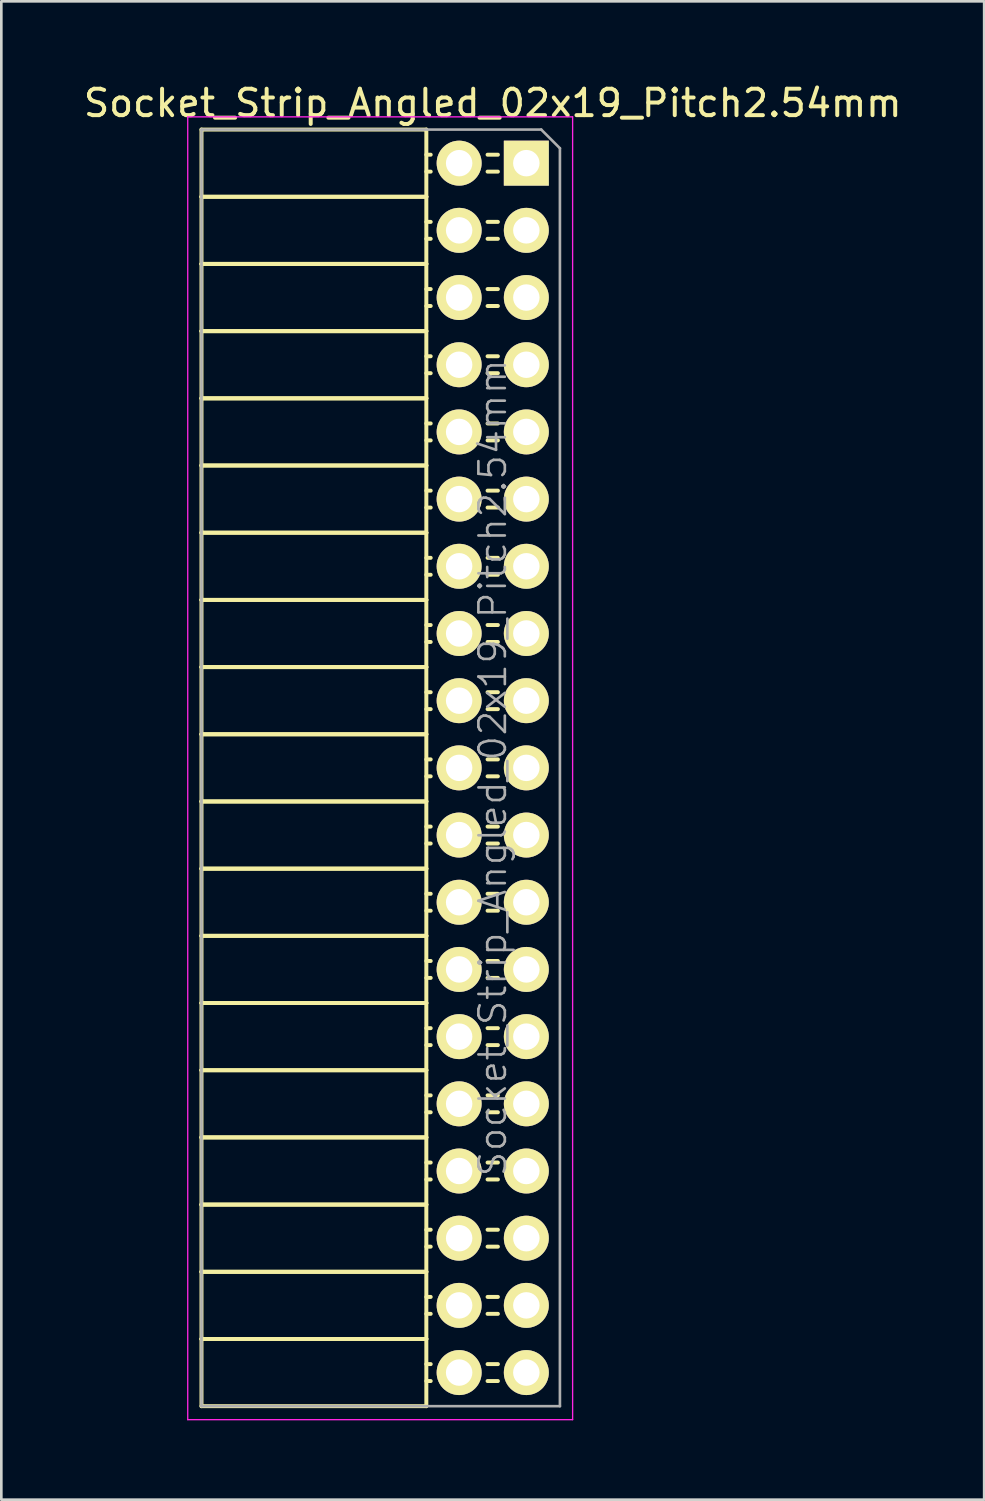
<source format=kicad_pcb>
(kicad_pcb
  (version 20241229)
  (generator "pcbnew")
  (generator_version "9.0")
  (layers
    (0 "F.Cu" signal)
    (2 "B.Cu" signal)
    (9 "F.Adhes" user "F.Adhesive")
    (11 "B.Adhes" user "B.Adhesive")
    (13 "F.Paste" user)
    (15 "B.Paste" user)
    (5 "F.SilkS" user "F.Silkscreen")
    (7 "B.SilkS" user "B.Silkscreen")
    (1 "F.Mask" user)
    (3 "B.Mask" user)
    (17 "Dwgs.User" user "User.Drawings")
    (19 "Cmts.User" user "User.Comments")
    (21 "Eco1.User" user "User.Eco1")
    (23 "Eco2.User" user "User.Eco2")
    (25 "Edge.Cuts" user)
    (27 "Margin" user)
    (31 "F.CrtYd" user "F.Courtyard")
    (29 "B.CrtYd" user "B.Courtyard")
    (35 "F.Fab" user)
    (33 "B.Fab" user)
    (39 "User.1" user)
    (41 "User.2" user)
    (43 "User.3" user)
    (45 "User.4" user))
  (footprint "Socket_Strip_Angled_02x19_Pitch2.54mm"
    (layer "F.Cu")
    (at 16.847 3.118)
    (property "Reference" "Socket_Strip_Angled_02x19_Pitch2.54mm" (at -1.27 -2.27 0) (layer "F.SilkS") (effects (font (size 1 1) (thickness 0.15))))
    (attr smd)
    (fp_line (start -12.28 -1.27) (end -12.28 1.27) (stroke (width 0.15) (type solid)) (layer "F.SilkS"))
    (fp_line (start -12.28 -1.27) (end -3.78 -1.27) (stroke (width 0.15) (type solid)) (layer "F.SilkS"))
    (fp_line (start -12.28 1.27) (end -12.28 3.81) (stroke (width 0.15) (type solid)) (layer "F.SilkS"))
    (fp_line (start -12.28 1.27) (end -3.78 1.27) (stroke (width 0.15) (type solid)) (layer "F.SilkS"))
    (fp_line (start -12.28 1.27) (end -3.78 1.27) (stroke (width 0.15) (type solid)) (layer "F.SilkS"))
    (fp_line (start -12.28 3.81) (end -12.28 6.35) (stroke (width 0.15) (type solid)) (layer "F.SilkS"))
    (fp_line (start -12.28 3.81) (end -3.78 3.81) (stroke (width 0.15) (type solid)) (layer "F.SilkS"))
    (fp_line (start -12.28 3.81) (end -3.78 3.81) (stroke (width 0.15) (type solid)) (layer "F.SilkS"))
    (fp_line (start -12.28 6.35) (end -12.28 8.89) (stroke (width 0.15) (type solid)) (layer "F.SilkS"))
    (fp_line (start -12.28 6.35) (end -3.78 6.35) (stroke (width 0.15) (type solid)) (layer "F.SilkS"))
    (fp_line (start -12.28 6.35) (end -3.78 6.35) (stroke (width 0.15) (type solid)) (layer "F.SilkS"))
    (fp_line (start -12.28 8.89) (end -12.28 11.43) (stroke (width 0.15) (type solid)) (layer "F.SilkS"))
    (fp_line (start -12.28 8.89) (end -3.78 8.89) (stroke (width 0.15) (type solid)) (layer "F.SilkS"))
    (fp_line (start -12.28 8.89) (end -3.78 8.89) (stroke (width 0.15) (type solid)) (layer "F.SilkS"))
    (fp_line (start -12.28 11.43) (end -12.28 13.97) (stroke (width 0.15) (type solid)) (layer "F.SilkS"))
    (fp_line (start -12.28 11.43) (end -3.78 11.43) (stroke (width 0.15) (type solid)) (layer "F.SilkS"))
    (fp_line (start -12.28 11.43) (end -3.78 11.43) (stroke (width 0.15) (type solid)) (layer "F.SilkS"))
    (fp_line (start -12.28 13.97) (end -12.28 16.51) (stroke (width 0.15) (type solid)) (layer "F.SilkS"))
    (fp_line (start -12.28 13.97) (end -3.78 13.97) (stroke (width 0.15) (type solid)) (layer "F.SilkS"))
    (fp_line (start -12.28 13.97) (end -3.78 13.97) (stroke (width 0.15) (type solid)) (layer "F.SilkS"))
    (fp_line (start -12.28 16.51) (end -12.28 19.05) (stroke (width 0.15) (type solid)) (layer "F.SilkS"))
    (fp_line (start -12.28 16.51) (end -3.78 16.51) (stroke (width 0.15) (type solid)) (layer "F.SilkS"))
    (fp_line (start -12.28 16.51) (end -3.78 16.51) (stroke (width 0.15) (type solid)) (layer "F.SilkS"))
    (fp_line (start -12.28 19.05) (end -12.28 21.59) (stroke (width 0.15) (type solid)) (layer "F.SilkS"))
    (fp_line (start -12.28 19.05) (end -3.78 19.05) (stroke (width 0.15) (type solid)) (layer "F.SilkS"))
    (fp_line (start -12.28 19.05) (end -3.78 19.05) (stroke (width 0.15) (type solid)) (layer "F.SilkS"))
    (fp_line (start -12.28 21.59) (end -12.28 24.13) (stroke (width 0.15) (type solid)) (layer "F.SilkS"))
    (fp_line (start -12.28 21.59) (end -3.78 21.59) (stroke (width 0.15) (type solid)) (layer "F.SilkS"))
    (fp_line (start -12.28 21.59) (end -3.78 21.59) (stroke (width 0.15) (type solid)) (layer "F.SilkS"))
    (fp_line (start -12.28 24.13) (end -12.28 26.67) (stroke (width 0.15) (type solid)) (layer "F.SilkS"))
    (fp_line (start -12.28 24.13) (end -3.78 24.13) (stroke (width 0.15) (type solid)) (layer "F.SilkS"))
    (fp_line (start -12.28 24.13) (end -3.78 24.13) (stroke (width 0.15) (type solid)) (layer "F.SilkS"))
    (fp_line (start -12.28 26.67) (end -12.28 29.21) (stroke (width 0.15) (type solid)) (layer "F.SilkS"))
    (fp_line (start -12.28 26.67) (end -3.78 26.67) (stroke (width 0.15) (type solid)) (layer "F.SilkS"))
    (fp_line (start -12.28 26.67) (end -3.78 26.67) (stroke (width 0.15) (type solid)) (layer "F.SilkS"))
    (fp_line (start -12.28 29.21) (end -12.28 31.75) (stroke (width 0.15) (type solid)) (layer "F.SilkS"))
    (fp_line (start -12.28 29.21) (end -3.78 29.21) (stroke (width 0.15) (type solid)) (layer "F.SilkS"))
    (fp_line (start -12.28 29.21) (end -3.78 29.21) (stroke (width 0.15) (type solid)) (layer "F.SilkS"))
    (fp_line (start -12.28 31.75) (end -12.28 34.29) (stroke (width 0.15) (type solid)) (layer "F.SilkS"))
    (fp_line (start -12.28 31.75) (end -3.78 31.75) (stroke (width 0.15) (type solid)) (layer "F.SilkS"))
    (fp_line (start -12.28 31.75) (end -3.78 31.75) (stroke (width 0.15) (type solid)) (layer "F.SilkS"))
    (fp_line (start -12.28 34.29) (end -12.28 36.83) (stroke (width 0.15) (type solid)) (layer "F.SilkS"))
    (fp_line (start -12.28 34.29) (end -3.78 34.29) (stroke (width 0.15) (type solid)) (layer "F.SilkS"))
    (fp_line (start -12.28 34.29) (end -3.78 34.29) (stroke (width 0.15) (type solid)) (layer "F.SilkS"))
    (fp_line (start -12.28 36.83) (end -12.28 39.37) (stroke (width 0.15) (type solid)) (layer "F.SilkS"))
    (fp_line (start -12.28 36.83) (end -3.78 36.83) (stroke (width 0.15) (type solid)) (layer "F.SilkS"))
    (fp_line (start -12.28 36.83) (end -3.78 36.83) (stroke (width 0.15) (type solid)) (layer "F.SilkS"))
    (fp_line (start -12.28 39.37) (end -12.28 41.91) (stroke (width 0.15) (type solid)) (layer "F.SilkS"))
    (fp_line (start -12.28 39.37) (end -3.78 39.37) (stroke (width 0.15) (type solid)) (layer "F.SilkS"))
    (fp_line (start -12.28 39.37) (end -3.78 39.37) (stroke (width 0.15) (type solid)) (layer "F.SilkS"))
    (fp_line (start -12.28 41.91) (end -12.28 44.45) (stroke (width 0.15) (type solid)) (layer "F.SilkS"))
    (fp_line (start -12.28 41.91) (end -3.78 41.91) (stroke (width 0.15) (type solid)) (layer "F.SilkS"))
    (fp_line (start -12.28 41.91) (end -3.78 41.91) (stroke (width 0.15) (type solid)) (layer "F.SilkS"))
    (fp_line (start -12.28 44.45) (end -12.28 46.99) (stroke (width 0.15) (type solid)) (layer "F.SilkS"))
    (fp_line (start -12.28 44.45) (end -3.78 44.45) (stroke (width 0.15) (type solid)) (layer "F.SilkS"))
    (fp_line (start -12.28 44.45) (end -3.78 44.45) (stroke (width 0.15) (type solid)) (layer "F.SilkS"))
    (fp_line (start -12.28 46.99) (end -3.78 46.99) (stroke (width 0.15) (type solid)) (layer "F.SilkS"))
    (fp_line (start -3.78 -1.27) (end -3.78 1.27) (stroke (width 0.15) (type solid)) (layer "F.SilkS"))
    (fp_line (start -3.78 -0.32) (end -3.615 -0.32) (stroke (width 0.15) (type solid)) (layer "F.SilkS"))
    (fp_line (start -3.78 0.32) (end -3.615 0.32) (stroke (width 0.15) (type solid)) (layer "F.SilkS"))
    (fp_line (start -3.78 1.27) (end -3.78 3.81) (stroke (width 0.15) (type solid)) (layer "F.SilkS"))
    (fp_line (start -3.78 2.22) (end -3.615 2.22) (stroke (width 0.15) (type solid)) (layer "F.SilkS"))
    (fp_line (start -3.78 2.86) (end -3.615 2.86) (stroke (width 0.15) (type solid)) (layer "F.SilkS"))
    (fp_line (start -3.78 3.81) (end -3.78 6.35) (stroke (width 0.15) (type solid)) (layer "F.SilkS"))
    (fp_line (start -3.78 4.76) (end -3.615 4.76) (stroke (width 0.15) (type solid)) (layer "F.SilkS"))
    (fp_line (start -3.78 5.4) (end -3.615 5.4) (stroke (width 0.15) (type solid)) (layer "F.SilkS"))
    (fp_line (start -3.78 6.35) (end -3.78 8.89) (stroke (width 0.15) (type solid)) (layer "F.SilkS"))
    (fp_line (start -3.78 7.3) (end -3.615 7.3) (stroke (width 0.15) (type solid)) (layer "F.SilkS"))
    (fp_line (start -3.78 7.94) (end -3.615 7.94) (stroke (width 0.15) (type solid)) (layer "F.SilkS"))
    (fp_line (start -3.78 8.89) (end -3.78 11.43) (stroke (width 0.15) (type solid)) (layer "F.SilkS"))
    (fp_line (start -3.78 9.84) (end -3.615 9.84) (stroke (width 0.15) (type solid)) (layer "F.SilkS"))
    (fp_line (start -3.78 10.48) (end -3.615 10.48) (stroke (width 0.15) (type solid)) (layer "F.SilkS"))
    (fp_line (start -3.78 11.43) (end -3.78 13.97) (stroke (width 0.15) (type solid)) (layer "F.SilkS"))
    (fp_line (start -3.78 12.38) (end -3.615 12.38) (stroke (width 0.15) (type solid)) (layer "F.SilkS"))
    (fp_line (start -3.78 13.02) (end -3.615 13.02) (stroke (width 0.15) (type solid)) (layer "F.SilkS"))
    (fp_line (start -3.78 13.97) (end -3.78 16.51) (stroke (width 0.15) (type solid)) (layer "F.SilkS"))
    (fp_line (start -3.78 14.92) (end -3.615 14.92) (stroke (width 0.15) (type solid)) (layer "F.SilkS"))
    (fp_line (start -3.78 15.56) (end -3.615 15.56) (stroke (width 0.15) (type solid)) (layer "F.SilkS"))
    (fp_line (start -3.78 16.51) (end -3.78 19.05) (stroke (width 0.15) (type solid)) (layer "F.SilkS"))
    (fp_line (start -3.78 17.46) (end -3.615 17.46) (stroke (width 0.15) (type solid)) (layer "F.SilkS"))
    (fp_line (start -3.78 18.1) (end -3.615 18.1) (stroke (width 0.15) (type solid)) (layer "F.SilkS"))
    (fp_line (start -3.78 19.05) (end -3.78 21.59) (stroke (width 0.15) (type solid)) (layer "F.SilkS"))
    (fp_line (start -3.78 20) (end -3.615 20) (stroke (width 0.15) (type solid)) (layer "F.SilkS"))
    (fp_line (start -3.78 20.64) (end -3.615 20.64) (stroke (width 0.15) (type solid)) (layer "F.SilkS"))
    (fp_line (start -3.78 21.59) (end -3.78 24.13) (stroke (width 0.15) (type solid)) (layer "F.SilkS"))
    (fp_line (start -3.78 22.54) (end -3.615 22.54) (stroke (width 0.15) (type solid)) (layer "F.SilkS"))
    (fp_line (start -3.78 23.18) (end -3.615 23.18) (stroke (width 0.15) (type solid)) (layer "F.SilkS"))
    (fp_line (start -3.78 24.13) (end -3.78 26.67) (stroke (width 0.15) (type solid)) (layer "F.SilkS"))
    (fp_line (start -3.78 25.08) (end -3.615 25.08) (stroke (width 0.15) (type solid)) (layer "F.SilkS"))
    (fp_line (start -3.78 25.72) (end -3.615 25.72) (stroke (width 0.15) (type solid)) (layer "F.SilkS"))
    (fp_line (start -3.78 26.67) (end -3.78 29.21) (stroke (width 0.15) (type solid)) (layer "F.SilkS"))
    (fp_line (start -3.78 27.62) (end -3.615 27.62) (stroke (width 0.15) (type solid)) (layer "F.SilkS"))
    (fp_line (start -3.78 28.26) (end -3.615 28.26) (stroke (width 0.15) (type solid)) (layer "F.SilkS"))
    (fp_line (start -3.78 29.21) (end -3.78 31.75) (stroke (width 0.15) (type solid)) (layer "F.SilkS"))
    (fp_line (start -3.78 30.16) (end -3.615 30.16) (stroke (width 0.15) (type solid)) (layer "F.SilkS"))
    (fp_line (start -3.78 30.8) (end -3.615 30.8) (stroke (width 0.15) (type solid)) (layer "F.SilkS"))
    (fp_line (start -3.78 31.75) (end -3.78 34.29) (stroke (width 0.15) (type solid)) (layer "F.SilkS"))
    (fp_line (start -3.78 32.7) (end -3.615 32.7) (stroke (width 0.15) (type solid)) (layer "F.SilkS"))
    (fp_line (start -3.78 33.34) (end -3.615 33.34) (stroke (width 0.15) (type solid)) (layer "F.SilkS"))
    (fp_line (start -3.78 34.29) (end -3.78 36.83) (stroke (width 0.15) (type solid)) (layer "F.SilkS"))
    (fp_line (start -3.78 35.24) (end -3.615 35.24) (stroke (width 0.15) (type solid)) (layer "F.SilkS"))
    (fp_line (start -3.78 35.88) (end -3.615 35.88) (stroke (width 0.15) (type solid)) (layer "F.SilkS"))
    (fp_line (start -3.78 36.83) (end -3.78 39.37) (stroke (width 0.15) (type solid)) (layer "F.SilkS"))
    (fp_line (start -3.78 37.78) (end -3.615 37.78) (stroke (width 0.15) (type solid)) (layer "F.SilkS"))
    (fp_line (start -3.78 38.42) (end -3.615 38.42) (stroke (width 0.15) (type solid)) (layer "F.SilkS"))
    (fp_line (start -3.78 39.37) (end -3.78 41.91) (stroke (width 0.15) (type solid)) (layer "F.SilkS"))
    (fp_line (start -3.78 40.32) (end -3.615 40.32) (stroke (width 0.15) (type solid)) (layer "F.SilkS"))
    (fp_line (start -3.78 40.96) (end -3.615 40.96) (stroke (width 0.15) (type solid)) (layer "F.SilkS"))
    (fp_line (start -3.78 41.91) (end -3.78 44.45) (stroke (width 0.15) (type solid)) (layer "F.SilkS"))
    (fp_line (start -3.78 42.86) (end -3.615 42.86) (stroke (width 0.15) (type solid)) (layer "F.SilkS"))
    (fp_line (start -3.78 43.5) (end -3.615 43.5) (stroke (width 0.15) (type solid)) (layer "F.SilkS"))
    (fp_line (start -3.78 44.45) (end -3.78 46.99) (stroke (width 0.15) (type solid)) (layer "F.SilkS"))
    (fp_line (start -3.78 45.4) (end -3.615 45.4) (stroke (width 0.15) (type solid)) (layer "F.SilkS"))
    (fp_line (start -3.78 46.04) (end -3.615 46.04) (stroke (width 0.15) (type solid)) (layer "F.SilkS"))
    (fp_line (start -1.075 -0.32) (end -1.465 -0.32) (stroke (width 0.15) (type solid)) (layer "F.SilkS"))
    (fp_line (start -1.075 0.32) (end -1.465 0.32) (stroke (width 0.15) (type solid)) (layer "F.SilkS"))
    (fp_line (start -1.075 2.22) (end -1.465 2.22) (stroke (width 0.15) (type solid)) (layer "F.SilkS"))
    (fp_line (start -1.075 2.86) (end -1.465 2.86) (stroke (width 0.15) (type solid)) (layer "F.SilkS"))
    (fp_line (start -1.075 4.76) (end -1.465 4.76) (stroke (width 0.15) (type solid)) (layer "F.SilkS"))
    (fp_line (start -1.075 5.4) (end -1.465 5.4) (stroke (width 0.15) (type solid)) (layer "F.SilkS"))
    (fp_line (start -1.075 7.3) (end -1.465 7.3) (stroke (width 0.15) (type solid)) (layer "F.SilkS"))
    (fp_line (start -1.075 7.94) (end -1.465 7.94) (stroke (width 0.15) (type solid)) (layer "F.SilkS"))
    (fp_line (start -1.075 9.84) (end -1.465 9.84) (stroke (width 0.15) (type solid)) (layer "F.SilkS"))
    (fp_line (start -1.075 10.48) (end -1.465 10.48) (stroke (width 0.15) (type solid)) (layer "F.SilkS"))
    (fp_line (start -1.075 12.38) (end -1.465 12.38) (stroke (width 0.15) (type solid)) (layer "F.SilkS"))
    (fp_line (start -1.075 13.02) (end -1.465 13.02) (stroke (width 0.15) (type solid)) (layer "F.SilkS"))
    (fp_line (start -1.075 14.92) (end -1.465 14.92) (stroke (width 0.15) (type solid)) (layer "F.SilkS"))
    (fp_line (start -1.075 15.56) (end -1.465 15.56) (stroke (width 0.15) (type solid)) (layer "F.SilkS"))
    (fp_line (start -1.075 17.46) (end -1.465 17.46) (stroke (width 0.15) (type solid)) (layer "F.SilkS"))
    (fp_line (start -1.075 18.1) (end -1.465 18.1) (stroke (width 0.15) (type solid)) (layer "F.SilkS"))
    (fp_line (start -1.075 20) (end -1.465 20) (stroke (width 0.15) (type solid)) (layer "F.SilkS"))
    (fp_line (start -1.075 20.64) (end -1.465 20.64) (stroke (width 0.15) (type solid)) (layer "F.SilkS"))
    (fp_line (start -1.075 22.54) (end -1.465 22.54) (stroke (width 0.15) (type solid)) (layer "F.SilkS"))
    (fp_line (start -1.075 23.18) (end -1.465 23.18) (stroke (width 0.15) (type solid)) (layer "F.SilkS"))
    (fp_line (start -1.075 25.08) (end -1.465 25.08) (stroke (width 0.15) (type solid)) (layer "F.SilkS"))
    (fp_line (start -1.075 25.72) (end -1.465 25.72) (stroke (width 0.15) (type solid)) (layer "F.SilkS"))
    (fp_line (start -1.075 27.62) (end -1.465 27.62) (stroke (width 0.15) (type solid)) (layer "F.SilkS"))
    (fp_line (start -1.075 28.26) (end -1.465 28.26) (stroke (width 0.15) (type solid)) (layer "F.SilkS"))
    (fp_line (start -1.075 30.16) (end -1.465 30.16) (stroke (width 0.15) (type solid)) (layer "F.SilkS"))
    (fp_line (start -1.075 30.8) (end -1.465 30.8) (stroke (width 0.15) (type solid)) (layer "F.SilkS"))
    (fp_line (start -1.075 32.7) (end -1.465 32.7) (stroke (width 0.15) (type solid)) (layer "F.SilkS"))
    (fp_line (start -1.075 33.34) (end -1.465 33.34) (stroke (width 0.15) (type solid)) (layer "F.SilkS"))
    (fp_line (start -1.075 35.24) (end -1.465 35.24) (stroke (width 0.15) (type solid)) (layer "F.SilkS"))
    (fp_line (start -1.075 35.88) (end -1.465 35.88) (stroke (width 0.15) (type solid)) (layer "F.SilkS"))
    (fp_line (start -1.075 37.78) (end -1.465 37.78) (stroke (width 0.15) (type solid)) (layer "F.SilkS"))
    (fp_line (start -1.075 38.42) (end -1.465 38.42) (stroke (width 0.15) (type solid)) (layer "F.SilkS"))
    (fp_line (start -1.075 40.32) (end -1.465 40.32) (stroke (width 0.15) (type solid)) (layer "F.SilkS"))
    (fp_line (start -1.075 40.96) (end -1.465 40.96) (stroke (width 0.15) (type solid)) (layer "F.SilkS"))
    (fp_line (start -1.075 42.86) (end -1.465 42.86) (stroke (width 0.15) (type solid)) (layer "F.SilkS"))
    (fp_line (start -1.075 43.5) (end -1.465 43.5) (stroke (width 0.15) (type solid)) (layer "F.SilkS"))
    (fp_line (start -1.075 45.4) (end -1.465 45.4) (stroke (width 0.15) (type solid)) (layer "F.SilkS"))
    (fp_line (start -1.075 46.04) (end -1.465 46.04) (stroke (width 0.15) (type solid)) (layer "F.SilkS"))
    (fp_line (start -12.8 -1.75) (end 1.75 -1.75) (stroke (width 0.05) (type solid)) (layer "F.CrtYd"))
    (fp_line (start -12.8 47.5) (end -12.8 -1.75) (stroke (width 0.05) (type solid)) (layer "F.CrtYd"))
    (fp_line (start -12.8 47.5) (end 1.75 47.5) (stroke (width 0.05) (type solid)) (layer "F.CrtYd"))
    (fp_line (start 1.75 47.5) (end 1.75 -1.75) (stroke (width 0.05) (type solid)) (layer "F.CrtYd"))
    (fp_line (start -12.28 -1.27) (end 0.563 -1.27) (stroke (width 0.1) (type solid)) (layer "F.Fab"))
    (fp_line (start -12.28 46.99) (end -12.28 -1.27) (stroke (width 0.1) (type solid)) (layer "F.Fab"))
    (fp_line (start -12.28 46.99) (end 1.27 46.99) (stroke (width 0.1) (type solid)) (layer "F.Fab"))
    (fp_line (start 1.27 -0.563) (end 0.563 -1.27) (stroke (width 0.1) (type solid)) (layer "F.Fab"))
    (fp_line (start 1.27 46.99) (end 1.27 -0.563) (stroke (width 0.1) (type solid)) (layer "F.Fab"))
    (fp_text user "${REFERENCE}" (at -1.27 22.86 90) (layer "F.Fab") (effects (font (size 1 1) (thickness 0.1))))
    (pad "1" thru_hole rect (at 0 0) (size 1.7 1.7) (drill 1) (layers "*.Cu" "*.Mask" "F.SilkS"))
    (pad "2" thru_hole oval (at -2.54 0) (size 1.7 1.7) (drill 1) (layers "*.Cu" "*.Mask" "F.SilkS"))
    (pad "3" thru_hole oval (at 0 2.54) (size 1.7 1.7) (drill 1) (layers "*.Cu" "*.Mask" "F.SilkS"))
    (pad "4" thru_hole oval (at -2.54 2.54) (size 1.7 1.7) (drill 1) (layers "*.Cu" "*.Mask" "F.SilkS"))
    (pad "5" thru_hole oval (at 0 5.08) (size 1.7 1.7) (drill 1) (layers "*.Cu" "*.Mask" "F.SilkS"))
    (pad "6" thru_hole oval (at -2.54 5.08) (size 1.7 1.7) (drill 1) (layers "*.Cu" "*.Mask" "F.SilkS"))
    (pad "7" thru_hole oval (at 0 7.62) (size 1.7 1.7) (drill 1) (layers "*.Cu" "*.Mask" "F.SilkS"))
    (pad "8" thru_hole oval (at -2.54 7.62) (size 1.7 1.7) (drill 1) (layers "*.Cu" "*.Mask" "F.SilkS"))
    (pad "9" thru_hole oval (at 0 10.16) (size 1.7 1.7) (drill 1) (layers "*.Cu" "*.Mask" "F.SilkS"))
    (pad "10" thru_hole oval (at -2.54 10.16) (size 1.7 1.7) (drill 1) (layers "*.Cu" "*.Mask" "F.SilkS"))
    (pad "11" thru_hole oval (at 0 12.7) (size 1.7 1.7) (drill 1) (layers "*.Cu" "*.Mask" "F.SilkS"))
    (pad "12" thru_hole oval (at -2.54 12.7) (size 1.7 1.7) (drill 1) (layers "*.Cu" "*.Mask" "F.SilkS"))
    (pad "13" thru_hole oval (at 0 15.24) (size 1.7 1.7) (drill 1) (layers "*.Cu" "*.Mask" "F.SilkS"))
    (pad "14" thru_hole oval (at -2.54 15.24) (size 1.7 1.7) (drill 1) (layers "*.Cu" "*.Mask" "F.SilkS"))
    (pad "15" thru_hole oval (at 0 17.78) (size 1.7 1.7) (drill 1) (layers "*.Cu" "*.Mask" "F.SilkS"))
    (pad "16" thru_hole oval (at -2.54 17.78) (size 1.7 1.7) (drill 1) (layers "*.Cu" "*.Mask" "F.SilkS"))
    (pad "17" thru_hole oval (at 0 20.32) (size 1.7 1.7) (drill 1) (layers "*.Cu" "*.Mask" "F.SilkS"))
    (pad "18" thru_hole oval (at -2.54 20.32) (size 1.7 1.7) (drill 1) (layers "*.Cu" "*.Mask" "F.SilkS"))
    (pad "19" thru_hole oval (at 0 22.86) (size 1.7 1.7) (drill 1) (layers "*.Cu" "*.Mask" "F.SilkS"))
    (pad "20" thru_hole oval (at -2.54 22.86) (size 1.7 1.7) (drill 1) (layers "*.Cu" "*.Mask" "F.SilkS"))
    (pad "21" thru_hole oval (at 0 25.4) (size 1.7 1.7) (drill 1) (layers "*.Cu" "*.Mask" "F.SilkS"))
    (pad "22" thru_hole oval (at -2.54 25.4) (size 1.7 1.7) (drill 1) (layers "*.Cu" "*.Mask" "F.SilkS"))
    (pad "23" thru_hole oval (at 0 27.94) (size 1.7 1.7) (drill 1) (layers "*.Cu" "*.Mask" "F.SilkS"))
    (pad "24" thru_hole oval (at -2.54 27.94) (size 1.7 1.7) (drill 1) (layers "*.Cu" "*.Mask" "F.SilkS"))
    (pad "25" thru_hole oval (at 0 30.48) (size 1.7 1.7) (drill 1) (layers "*.Cu" "*.Mask" "F.SilkS"))
    (pad "26" thru_hole oval (at -2.54 30.48) (size 1.7 1.7) (drill 1) (layers "*.Cu" "*.Mask" "F.SilkS"))
    (pad "27" thru_hole oval (at 0 33.02) (size 1.7 1.7) (drill 1) (layers "*.Cu" "*.Mask" "F.SilkS"))
    (pad "28" thru_hole oval (at -2.54 33.02) (size 1.7 1.7) (drill 1) (layers "*.Cu" "*.Mask" "F.SilkS"))
    (pad "29" thru_hole oval (at 0 35.56) (size 1.7 1.7) (drill 1) (layers "*.Cu" "*.Mask" "F.SilkS"))
    (pad "30" thru_hole oval (at -2.54 35.56) (size 1.7 1.7) (drill 1) (layers "*.Cu" "*.Mask" "F.SilkS"))
    (pad "31" thru_hole oval (at 0 38.1) (size 1.7 1.7) (drill 1) (layers "*.Cu" "*.Mask" "F.SilkS"))
    (pad "32" thru_hole oval (at -2.54 38.1) (size 1.7 1.7) (drill 1) (layers "*.Cu" "*.Mask" "F.SilkS"))
    (pad "33" thru_hole oval (at 0 40.64) (size 1.7 1.7) (drill 1) (layers "*.Cu" "*.Mask" "F.SilkS"))
    (pad "34" thru_hole oval (at -2.54 40.64) (size 1.7 1.7) (drill 1) (layers "*.Cu" "*.Mask" "F.SilkS"))
    (pad "35" thru_hole oval (at 0 43.18) (size 1.7 1.7) (drill 1) (layers "*.Cu" "*.Mask" "F.SilkS"))
    (pad "36" thru_hole oval (at -2.54 43.18) (size 1.7 1.7) (drill 1) (layers "*.Cu" "*.Mask" "F.SilkS"))
    (pad "37" thru_hole oval (at 0 45.72) (size 1.7 1.7) (drill 1) (layers "*.Cu" "*.Mask" "F.SilkS"))
    (pad "38" thru_hole oval (at -2.54 45.72) (size 1.7 1.7) (drill 1) (layers "*.Cu" "*.Mask" "F.SilkS")))
  (gr_rect
    (start -3 -3)
    (end 34.155 53.643)
    (stroke (width 0.1) (type default))
    (fill no)
    (layer "Edge.Cuts")))
</source>
